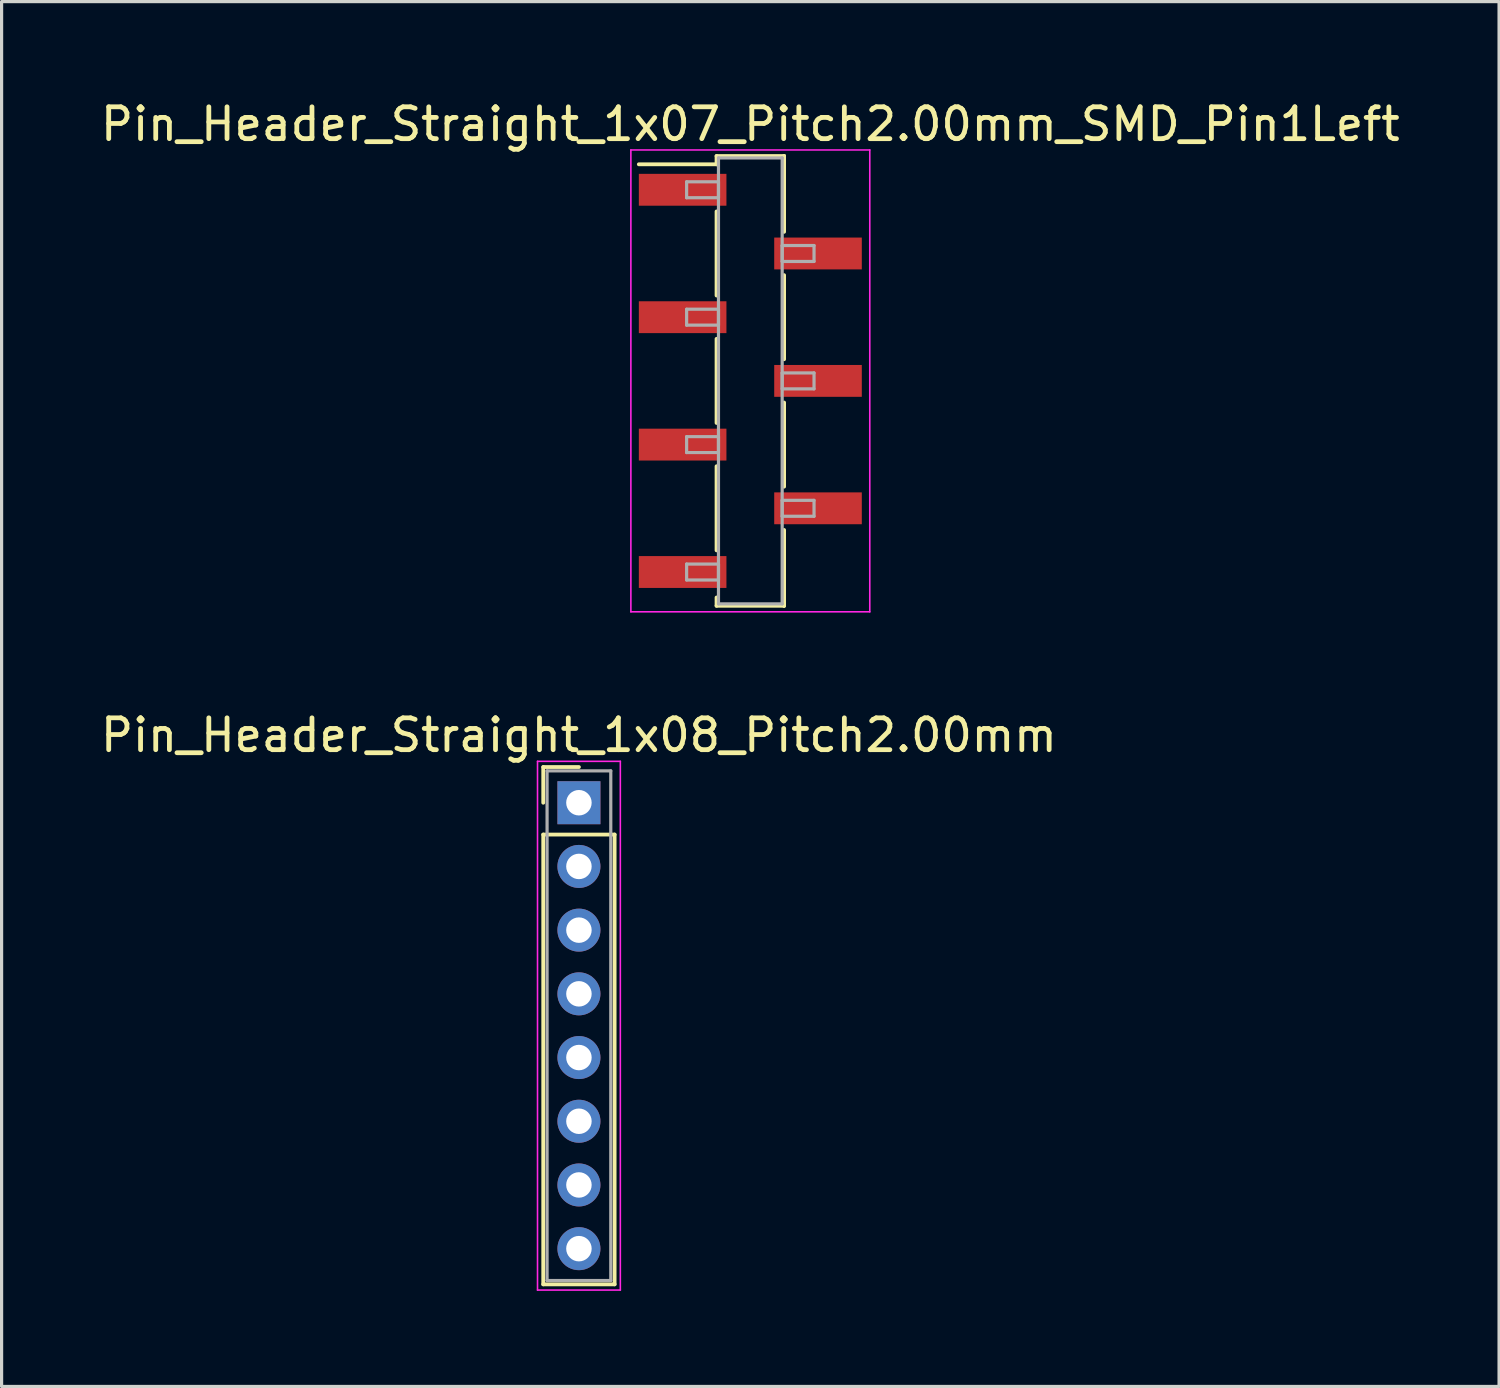
<source format=kicad_pcb>
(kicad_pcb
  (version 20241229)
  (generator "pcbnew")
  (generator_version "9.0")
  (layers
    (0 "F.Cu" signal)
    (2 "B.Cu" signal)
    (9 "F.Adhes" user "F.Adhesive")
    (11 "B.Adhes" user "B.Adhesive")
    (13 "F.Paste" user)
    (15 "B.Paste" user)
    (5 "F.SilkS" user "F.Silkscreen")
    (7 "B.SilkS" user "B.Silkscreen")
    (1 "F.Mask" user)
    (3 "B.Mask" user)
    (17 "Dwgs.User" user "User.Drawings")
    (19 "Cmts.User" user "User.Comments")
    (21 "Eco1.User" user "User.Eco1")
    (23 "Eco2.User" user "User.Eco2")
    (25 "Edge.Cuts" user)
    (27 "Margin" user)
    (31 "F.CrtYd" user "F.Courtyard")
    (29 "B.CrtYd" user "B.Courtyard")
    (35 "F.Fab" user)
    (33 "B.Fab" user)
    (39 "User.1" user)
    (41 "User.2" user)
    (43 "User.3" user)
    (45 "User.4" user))
  (footprint "Pin_Header_Straight_1x08_Pitch2.00mm"
    (layer "F.Cu")
    (at 15.125 22.151)
    (property "Reference" "Pin_Header_Straight_1x08_Pitch2.00mm" (at 0 -2.12 0) (layer "F.SilkS") (effects (font (size 1 1) (thickness 0.15))))
    (attr through_hole)
    (fp_line (start -1.12 -1.12) (end 0 -1.12) (stroke (width 0.12) (type solid)) (layer "F.SilkS"))
    (fp_line (start -1.12 0) (end -1.12 -1.12) (stroke (width 0.12) (type solid)) (layer "F.SilkS"))
    (fp_line (start -1.12 1) (end -1.12 15.12) (stroke (width 0.12) (type solid)) (layer "F.SilkS"))
    (fp_line (start -1.12 15.12) (end 1.12 15.12) (stroke (width 0.12) (type solid)) (layer "F.SilkS"))
    (fp_line (start 1.12 1) (end -1.12 1) (stroke (width 0.12) (type solid)) (layer "F.SilkS"))
    (fp_line (start 1.12 15.12) (end 1.12 1) (stroke (width 0.12) (type solid)) (layer "F.SilkS"))
    (fp_line (start -1.3 -1.3) (end -1.3 15.3) (stroke (width 0.05) (type solid)) (layer "F.CrtYd"))
    (fp_line (start -1.3 15.3) (end 1.3 15.3) (stroke (width 0.05) (type solid)) (layer "F.CrtYd"))
    (fp_line (start 1.3 -1.3) (end -1.3 -1.3) (stroke (width 0.05) (type solid)) (layer "F.CrtYd"))
    (fp_line (start 1.3 15.3) (end 1.3 -1.3) (stroke (width 0.05) (type solid)) (layer "F.CrtYd"))
    (fp_line (start -1 -1) (end -1 15) (stroke (width 0.1) (type solid)) (layer "F.Fab"))
    (fp_line (start -1 15) (end 1 15) (stroke (width 0.1) (type solid)) (layer "F.Fab"))
    (fp_line (start 1 -1) (end -1 -1) (stroke (width 0.1) (type solid)) (layer "F.Fab"))
    (fp_line (start 1 15) (end 1 -1) (stroke (width 0.1) (type solid)) (layer "F.Fab"))
    (pad "1" thru_hole rect (at 0 0) (size 1.35 1.35) (drill 0.8) (layers "*.Cu" "*.Mask"))
    (pad "2" thru_hole oval (at 0 2) (size 1.35 1.35) (drill 0.8) (layers "*.Cu" "*.Mask"))
    (pad "3" thru_hole oval (at 0 4) (size 1.35 1.35) (drill 0.8) (layers "*.Cu" "*.Mask"))
    (pad "4" thru_hole oval (at 0 6) (size 1.35 1.35) (drill 0.8) (layers "*.Cu" "*.Mask"))
    (pad "5" thru_hole oval (at 0 8) (size 1.35 1.35) (drill 0.8) (layers "*.Cu" "*.Mask"))
    (pad "6" thru_hole oval (at 0 10) (size 1.35 1.35) (drill 0.8) (layers "*.Cu" "*.Mask"))
    (pad "7" thru_hole oval (at 0 12) (size 1.35 1.35) (drill 0.8) (layers "*.Cu" "*.Mask"))
    (pad "8" thru_hole oval (at 0 14) (size 1.35 1.35) (drill 0.8) (layers "*.Cu" "*.Mask")))
  (footprint "Pin_Header_Straight_1x07_Pitch2.00mm_SMD_Pin1Left"
    (layer "F.Cu")
    (at 20.506 8.908)
    (property "Reference" "Pin_Header_Straight_1x07_Pitch2.00mm_SMD_Pin1Left" (at 0 -8.06 0) (layer "F.SilkS") (effects (font (size 1 1) (thickness 0.15))))
    (attr smd)
    (fp_line (start -1.06 -7.06) (end 1.06 -7.06) (stroke (width 0.12) (type solid)) (layer "F.SilkS"))
    (fp_line (start -1.06 -6.8) (end -3.5 -6.8) (stroke (width 0.12) (type solid)) (layer "F.SilkS"))
    (fp_line (start -1.06 -6.8) (end -1.06 -7.06) (stroke (width 0.12) (type solid)) (layer "F.SilkS"))
    (fp_line (start -1.06 -5.32) (end -1.06 -2.68) (stroke (width 0.12) (type solid)) (layer "F.SilkS"))
    (fp_line (start -1.06 -1.32) (end -1.06 1.32) (stroke (width 0.12) (type solid)) (layer "F.SilkS"))
    (fp_line (start -1.06 2.68) (end -1.06 5.32) (stroke (width 0.12) (type solid)) (layer "F.SilkS"))
    (fp_line (start -1.06 6.8) (end -1.06 7.06) (stroke (width 0.12) (type solid)) (layer "F.SilkS"))
    (fp_line (start -1.06 7.06) (end 1.06 7.06) (stroke (width 0.12) (type solid)) (layer "F.SilkS"))
    (fp_line (start 1.06 -7.06) (end 1.06 -6.8) (stroke (width 0.12) (type solid)) (layer "F.SilkS"))
    (fp_line (start 1.06 -7.06) (end 1.06 -4.68) (stroke (width 0.12) (type solid)) (layer "F.SilkS"))
    (fp_line (start 1.06 -3.32) (end 1.06 -0.68) (stroke (width 0.12) (type solid)) (layer "F.SilkS"))
    (fp_line (start 1.06 0.68) (end 1.06 3.32) (stroke (width 0.12) (type solid)) (layer "F.SilkS"))
    (fp_line (start 1.06 4.68) (end 1.06 7.06) (stroke (width 0.12) (type solid)) (layer "F.SilkS"))
    (fp_line (start 1.06 7.06) (end 1.06 6.8) (stroke (width 0.12) (type solid)) (layer "F.SilkS"))
    (fp_line (start -3.75 -7.25) (end -3.75 7.25) (stroke (width 0.05) (type solid)) (layer "F.CrtYd"))
    (fp_line (start -3.75 7.25) (end 3.75 7.25) (stroke (width 0.05) (type solid)) (layer "F.CrtYd"))
    (fp_line (start 3.75 -7.25) (end -3.75 -7.25) (stroke (width 0.05) (type solid)) (layer "F.CrtYd"))
    (fp_line (start 3.75 7.25) (end 3.75 -7.25) (stroke (width 0.05) (type solid)) (layer "F.CrtYd"))
    (fp_line (start -2 -6.25) (end -1 -6.25) (stroke (width 0.1) (type solid)) (layer "F.Fab"))
    (fp_line (start -2 -5.75) (end -2 -6.25) (stroke (width 0.1) (type solid)) (layer "F.Fab"))
    (fp_line (start -2 -2.25) (end -1 -2.25) (stroke (width 0.1) (type solid)) (layer "F.Fab"))
    (fp_line (start -2 -1.75) (end -2 -2.25) (stroke (width 0.1) (type solid)) (layer "F.Fab"))
    (fp_line (start -2 1.75) (end -1 1.75) (stroke (width 0.1) (type solid)) (layer "F.Fab"))
    (fp_line (start -2 2.25) (end -2 1.75) (stroke (width 0.1) (type solid)) (layer "F.Fab"))
    (fp_line (start -2 5.75) (end -1 5.75) (stroke (width 0.1) (type solid)) (layer "F.Fab"))
    (fp_line (start -2 6.25) (end -2 5.75) (stroke (width 0.1) (type solid)) (layer "F.Fab"))
    (fp_line (start -1 -7) (end -1 7) (stroke (width 0.1) (type solid)) (layer "F.Fab"))
    (fp_line (start -1 -6.25) (end -1 -5.75) (stroke (width 0.1) (type solid)) (layer "F.Fab"))
    (fp_line (start -1 -5.75) (end -2 -5.75) (stroke (width 0.1) (type solid)) (layer "F.Fab"))
    (fp_line (start -1 -2.25) (end -1 -1.75) (stroke (width 0.1) (type solid)) (layer "F.Fab"))
    (fp_line (start -1 -1.75) (end -2 -1.75) (stroke (width 0.1) (type solid)) (layer "F.Fab"))
    (fp_line (start -1 1.75) (end -1 2.25) (stroke (width 0.1) (type solid)) (layer "F.Fab"))
    (fp_line (start -1 2.25) (end -2 2.25) (stroke (width 0.1) (type solid)) (layer "F.Fab"))
    (fp_line (start -1 5.75) (end -1 6.25) (stroke (width 0.1) (type solid)) (layer "F.Fab"))
    (fp_line (start -1 6.25) (end -2 6.25) (stroke (width 0.1) (type solid)) (layer "F.Fab"))
    (fp_line (start -1 7) (end 1 7) (stroke (width 0.1) (type solid)) (layer "F.Fab"))
    (fp_line (start 1 -7) (end -1 -7) (stroke (width 0.1) (type solid)) (layer "F.Fab"))
    (fp_line (start 1 -4.25) (end 1 -3.75) (stroke (width 0.1) (type solid)) (layer "F.Fab"))
    (fp_line (start 1 -3.75) (end 2 -3.75) (stroke (width 0.1) (type solid)) (layer "F.Fab"))
    (fp_line (start 1 -0.25) (end 1 0.25) (stroke (width 0.1) (type solid)) (layer "F.Fab"))
    (fp_line (start 1 0.25) (end 2 0.25) (stroke (width 0.1) (type solid)) (layer "F.Fab"))
    (fp_line (start 1 3.75) (end 1 4.25) (stroke (width 0.1) (type solid)) (layer "F.Fab"))
    (fp_line (start 1 4.25) (end 2 4.25) (stroke (width 0.1) (type solid)) (layer "F.Fab"))
    (fp_line (start 1 7) (end 1 -7) (stroke (width 0.1) (type solid)) (layer "F.Fab"))
    (fp_line (start 2 -4.25) (end 1 -4.25) (stroke (width 0.1) (type solid)) (layer "F.Fab"))
    (fp_line (start 2 -3.75) (end 2 -4.25) (stroke (width 0.1) (type solid)) (layer "F.Fab"))
    (fp_line (start 2 -0.25) (end 1 -0.25) (stroke (width 0.1) (type solid)) (layer "F.Fab"))
    (fp_line (start 2 0.25) (end 2 -0.25) (stroke (width 0.1) (type solid)) (layer "F.Fab"))
    (fp_line (start 2 3.75) (end 1 3.75) (stroke (width 0.1) (type solid)) (layer "F.Fab"))
    (fp_line (start 2 4.25) (end 2 3.75) (stroke (width 0.1) (type solid)) (layer "F.Fab"))
    (pad "1" smd rect (at -2.125 -6) (size 2.75 1) (layers "F.Cu" "F.Mask"))
    (pad "2" smd rect (at 2.125 -4) (size 2.75 1) (layers "F.Cu" "F.Mask"))
    (pad "3" smd rect (at -2.125 -2) (size 2.75 1) (layers "F.Cu" "F.Mask"))
    (pad "4" smd rect (at 2.125 0) (size 2.75 1) (layers "F.Cu" "F.Mask"))
    (pad "5" smd rect (at -2.125 2) (size 2.75 1) (layers "F.Cu" "F.Mask"))
    (pad "6" smd rect (at 2.125 4) (size 2.75 1) (layers "F.Cu" "F.Mask"))
    (pad "7" smd rect (at -2.125 6) (size 2.75 1) (layers "F.Cu" "F.Mask")))
  (gr_rect
    (start -3 -3)
    (end 44.012 40.477)
    (stroke (width 0.1) (type default))
    (fill no)
    (layer "Edge.Cuts")))
</source>
